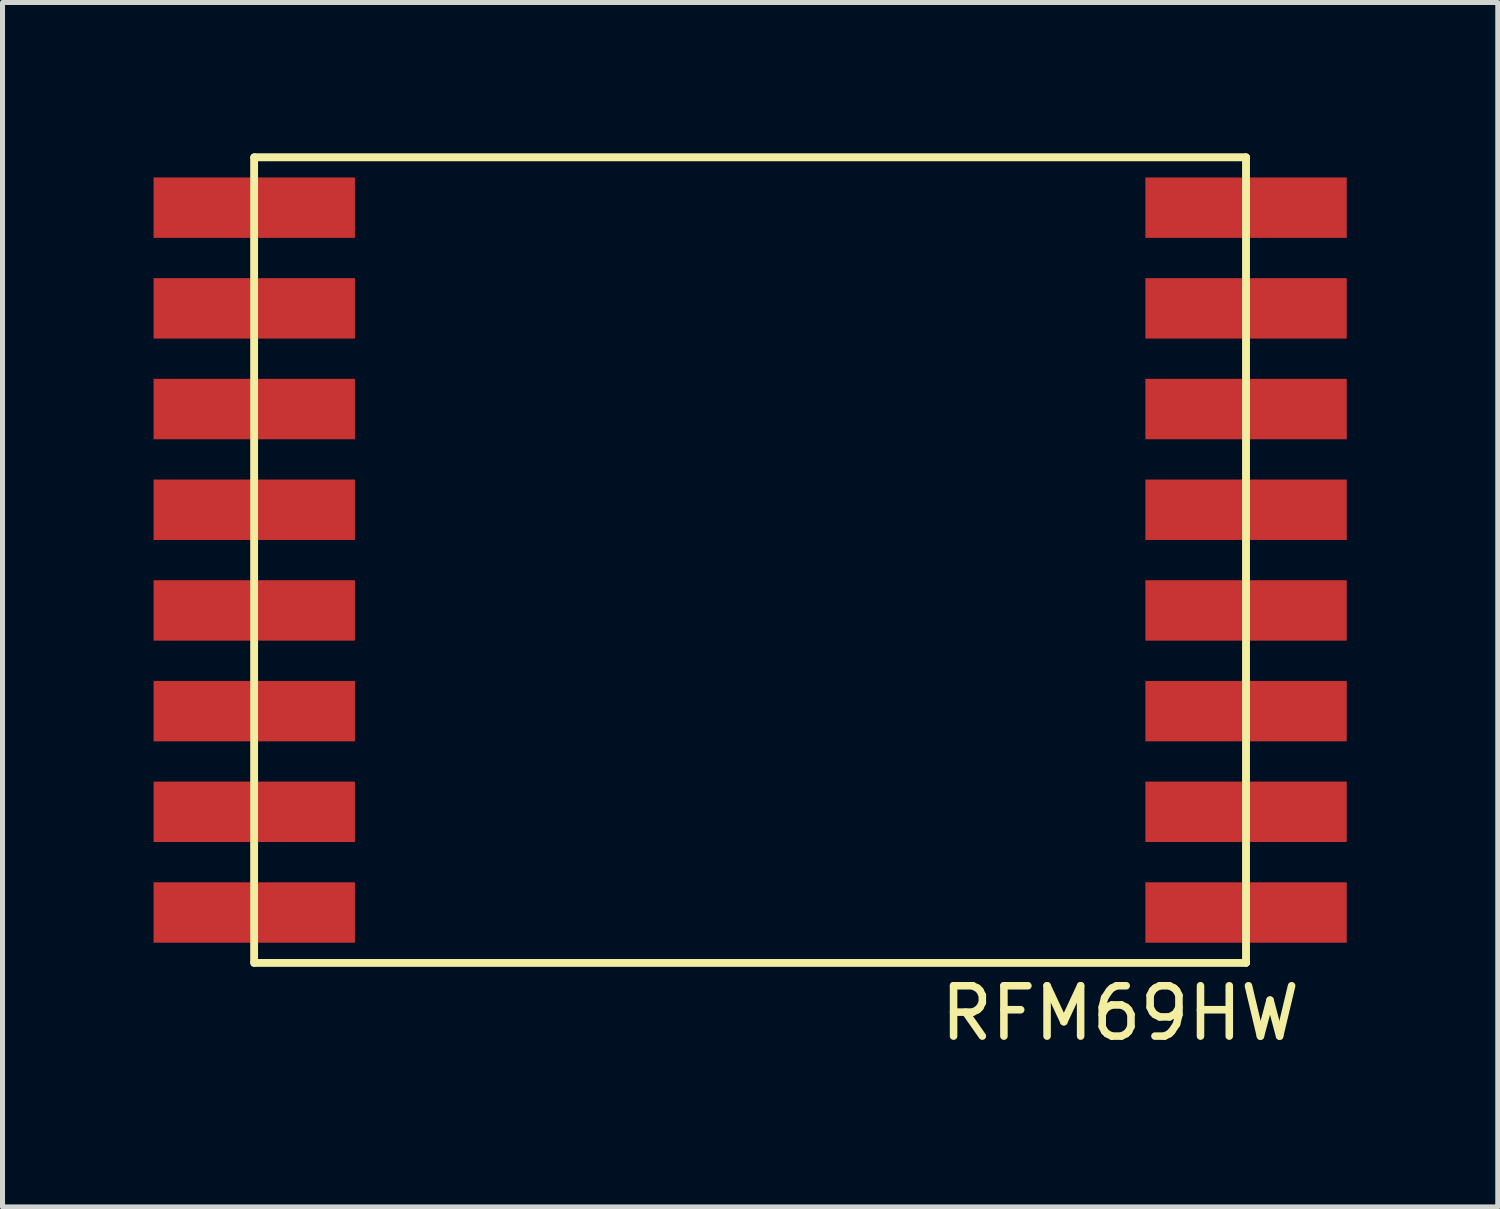
<source format=kicad_pcb>
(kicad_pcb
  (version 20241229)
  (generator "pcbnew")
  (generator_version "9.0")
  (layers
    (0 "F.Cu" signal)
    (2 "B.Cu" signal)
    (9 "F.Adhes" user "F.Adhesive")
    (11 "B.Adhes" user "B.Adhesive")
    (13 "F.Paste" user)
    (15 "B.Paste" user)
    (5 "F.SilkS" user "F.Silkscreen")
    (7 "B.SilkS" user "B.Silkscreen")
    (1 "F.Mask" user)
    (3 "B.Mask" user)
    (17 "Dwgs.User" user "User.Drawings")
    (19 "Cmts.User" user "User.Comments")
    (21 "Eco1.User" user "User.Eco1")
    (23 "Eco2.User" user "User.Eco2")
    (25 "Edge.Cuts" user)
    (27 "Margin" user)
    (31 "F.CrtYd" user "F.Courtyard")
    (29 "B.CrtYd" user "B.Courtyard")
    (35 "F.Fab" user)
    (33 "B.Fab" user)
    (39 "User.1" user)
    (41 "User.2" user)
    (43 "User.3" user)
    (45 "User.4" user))
  (footprint "RFM69HW"
    (layer "F.Cu")
    (at 12 8.075)
    (property "Reference" "RFM69HW" (at 7.2 9 0) (layer "F.SilkS") (effects (font (size 1 1) (thickness 0.15))))
    (attr through_hole)
    (fp_line (start -10 -8) (end -10 8) (stroke (width 0.15) (type solid)) (layer "F.SilkS"))
    (fp_line (start -10 -8) (end -10 8) (stroke (width 0.15) (type solid)) (layer "F.SilkS"))
    (fp_line (start -10 8) (end 9.7 8) (stroke (width 0.15) (type solid)) (layer "F.SilkS"))
    (fp_line (start -10 8) (end 9.7 8) (stroke (width 0.15) (type solid)) (layer "F.SilkS"))
    (fp_line (start 9.7 -8) (end -10 -8) (stroke (width 0.15) (type solid)) (layer "F.SilkS"))
    (fp_line (start 9.7 -8) (end -10 -8) (stroke (width 0.15) (type solid)) (layer "F.SilkS"))
    (fp_line (start 9.7 8) (end 9.7 -8) (stroke (width 0.15) (type solid)) (layer "F.SilkS"))
    (fp_line (start 9.7 8) (end 9.7 -8) (stroke (width 0.15) (type solid)) (layer "F.SilkS"))
    (pad "1" smd rect (at -10 -7) (size 4 1.2) (layers "F.Cu" "F.Mask" "F.Paste"))
    (pad "2" smd rect (at -10 -5) (size 4 1.2) (layers "F.Cu" "F.Mask" "F.Paste"))
    (pad "3" smd rect (at -10 -3) (size 4 1.2) (layers "F.Cu" "F.Mask" "F.Paste"))
    (pad "4" smd rect (at -10 -1) (size 4 1.2) (layers "F.Cu" "F.Mask" "F.Paste"))
    (pad "5" smd rect (at -10 1) (size 4 1.2) (layers "F.Cu" "F.Mask" "F.Paste"))
    (pad "6" smd rect (at -10 3) (size 4 1.2) (layers "F.Cu" "F.Mask" "F.Paste"))
    (pad "7" smd rect (at -10 5) (size 4 1.2) (layers "F.Cu" "F.Mask" "F.Paste"))
    (pad "8" smd rect (at -10 7) (size 4 1.2) (layers "F.Cu" "F.Mask" "F.Paste"))
    (pad "9" smd rect (at 9.7 7) (size 4 1.2) (layers "F.Cu" "F.Mask" "F.Paste"))
    (pad "10" smd rect (at 9.7 5) (size 4 1.2) (layers "F.Cu" "F.Mask" "F.Paste"))
    (pad "11" smd rect (at 9.7 3) (size 4 1.2) (layers "F.Cu" "F.Mask" "F.Paste"))
    (pad "12" smd rect (at 9.7 1) (size 4 1.2) (layers "F.Cu" "F.Mask" "F.Paste"))
    (pad "13" smd rect (at 9.7 -1) (size 4 1.2) (layers "F.Cu" "F.Mask" "F.Paste"))
    (pad "14" smd rect (at 9.7 -3) (size 4 1.2) (layers "F.Cu" "F.Mask" "F.Paste"))
    (pad "15" smd rect (at 9.7 -5) (size 4 1.2) (layers "F.Cu" "F.Mask" "F.Paste"))
    (pad "16" smd rect (at 9.7 -7) (size 4 1.2) (layers "F.Cu" "F.Mask" "F.Paste")))
  (gr_rect
    (start -3 -3)
    (end 26.7 20.923)
    (stroke (width 0.1) (type default))
    (fill no)
    (layer "Edge.Cuts")))
</source>
